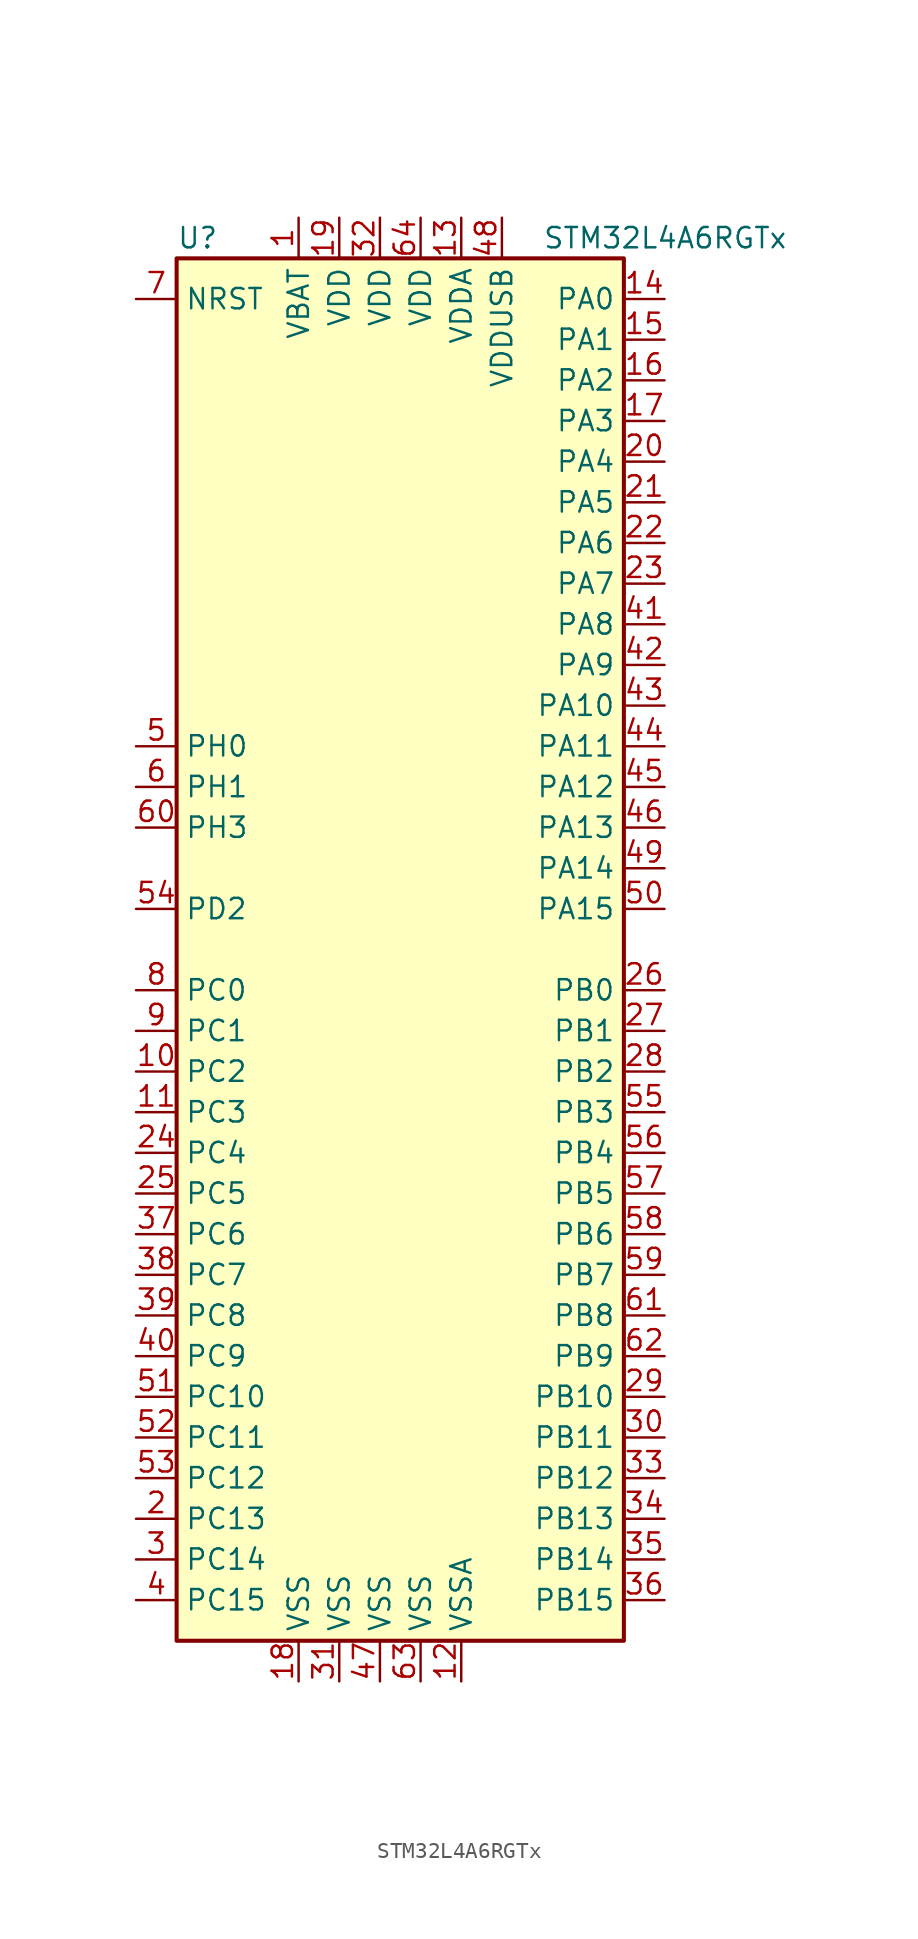
<source format=kicad_sym>
(kicad_symbol_lib
  (version 20211014)
  (generator kicad_symbol_editor)
  (symbol "STM32L4A6RGTx"
    (property "Reference" "U"
      (at -15.24 44.45 0)
      (effects (font (size 1.27 1.27)) (justify left)))
    (property "Value" "STM32L4A6RGTx"
      (at 7.62 44.45 0)
      (effects (font (size 1.27 1.27)) (justify left)))
    (symbol "STM32L4A6RGTx_0_1"
      (rectangle (start -15.24 -43.18) (end 12.7 43.18) (stroke (width 0.254) (type default) (color 0 0 0 0)) (fill (type background))))
    (symbol "STM32L4A6RGTx_1_1"
      (pin power_in line (at -7.62 45.72 270) (length 2.54) (name "VBAT" (effects (font (size 1.27 1.27)))) (number "1" (effects (font (size 1.27 1.27)))))
      (pin bidirectional line (at -17.78 -7.62 0) (length 2.54) (name "PC2" (effects (font (size 1.27 1.27)))) (number "10" (effects (font (size 1.27 1.27)))))
      (pin bidirectional line (at -17.78 -10.16 0) (length 2.54) (name "PC3" (effects (font (size 1.27 1.27)))) (number "11" (effects (font (size 1.27 1.27)))))
      (pin power_in line (at 2.54 -45.72 90) (length 2.54) (name "VSSA" (effects (font (size 1.27 1.27)))) (number "12" (effects (font (size 1.27 1.27)))))
      (pin power_in line (at 2.54 45.72 270) (length 2.54) (name "VDDA" (effects (font (size 1.27 1.27)))) (number "13" (effects (font (size 1.27 1.27)))))
      (pin bidirectional line (at 15.24 40.64 180) (length 2.54) (name "PA0" (effects (font (size 1.27 1.27)))) (number "14" (effects (font (size 1.27 1.27)))))
      (pin bidirectional line (at 15.24 38.1 180) (length 2.54) (name "PA1" (effects (font (size 1.27 1.27)))) (number "15" (effects (font (size 1.27 1.27)))))
      (pin bidirectional line (at 15.24 35.56 180) (length 2.54) (name "PA2" (effects (font (size 1.27 1.27)))) (number "16" (effects (font (size 1.27 1.27)))))
      (pin bidirectional line (at 15.24 33.02 180) (length 2.54) (name "PA3" (effects (font (size 1.27 1.27)))) (number "17" (effects (font (size 1.27 1.27)))))
      (pin power_in line (at -7.62 -45.72 90) (length 2.54) (name "VSS" (effects (font (size 1.27 1.27)))) (number "18" (effects (font (size 1.27 1.27)))))
      (pin power_in line (at -5.08 45.72 270) (length 2.54) (name "VDD" (effects (font (size 1.27 1.27)))) (number "19" (effects (font (size 1.27 1.27)))))
      (pin bidirectional line (at -17.78 -35.56 0) (length 2.54) (name "PC13" (effects (font (size 1.27 1.27)))) (number "2" (effects (font (size 1.27 1.27)))))
      (pin bidirectional line (at 15.24 30.48 180) (length 2.54) (name "PA4" (effects (font (size 1.27 1.27)))) (number "20" (effects (font (size 1.27 1.27)))))
      (pin bidirectional line (at 15.24 27.94 180) (length 2.54) (name "PA5" (effects (font (size 1.27 1.27)))) (number "21" (effects (font (size 1.27 1.27)))))
      (pin bidirectional line (at 15.24 25.4 180) (length 2.54) (name "PA6" (effects (font (size 1.27 1.27)))) (number "22" (effects (font (size 1.27 1.27)))))
      (pin bidirectional line (at 15.24 22.86 180) (length 2.54) (name "PA7" (effects (font (size 1.27 1.27)))) (number "23" (effects (font (size 1.27 1.27)))))
      (pin bidirectional line (at -17.78 -12.7 0) (length 2.54) (name "PC4" (effects (font (size 1.27 1.27)))) (number "24" (effects (font (size 1.27 1.27)))))
      (pin bidirectional line (at -17.78 -15.24 0) (length 2.54) (name "PC5" (effects (font (size 1.27 1.27)))) (number "25" (effects (font (size 1.27 1.27)))))
      (pin bidirectional line (at 15.24 -2.54 180) (length 2.54) (name "PB0" (effects (font (size 1.27 1.27)))) (number "26" (effects (font (size 1.27 1.27)))))
      (pin bidirectional line (at 15.24 -5.08 180) (length 2.54) (name "PB1" (effects (font (size 1.27 1.27)))) (number "27" (effects (font (size 1.27 1.27)))))
      (pin bidirectional line (at 15.24 -7.62 180) (length 2.54) (name "PB2" (effects (font (size 1.27 1.27)))) (number "28" (effects (font (size 1.27 1.27)))))
      (pin bidirectional line (at 15.24 -27.94 180) (length 2.54) (name "PB10" (effects (font (size 1.27 1.27)))) (number "29" (effects (font (size 1.27 1.27)))))
      (pin bidirectional line (at -17.78 -38.1 0) (length 2.54) (name "PC14" (effects (font (size 1.27 1.27)))) (number "3" (effects (font (size 1.27 1.27)))))
      (pin bidirectional line (at 15.24 -30.48 180) (length 2.54) (name "PB11" (effects (font (size 1.27 1.27)))) (number "30" (effects (font (size 1.27 1.27)))))
      (pin power_in line (at -5.08 -45.72 90) (length 2.54) (name "VSS" (effects (font (size 1.27 1.27)))) (number "31" (effects (font (size 1.27 1.27)))))
      (pin power_in line (at -2.54 45.72 270) (length 2.54) (name "VDD" (effects (font (size 1.27 1.27)))) (number "32" (effects (font (size 1.27 1.27)))))
      (pin bidirectional line (at 15.24 -33.02 180) (length 2.54) (name "PB12" (effects (font (size 1.27 1.27)))) (number "33" (effects (font (size 1.27 1.27)))))
      (pin bidirectional line (at 15.24 -35.56 180) (length 2.54) (name "PB13" (effects (font (size 1.27 1.27)))) (number "34" (effects (font (size 1.27 1.27)))))
      (pin bidirectional line (at 15.24 -38.1 180) (length 2.54) (name "PB14" (effects (font (size 1.27 1.27)))) (number "35" (effects (font (size 1.27 1.27)))))
      (pin bidirectional line (at 15.24 -40.64 180) (length 2.54) (name "PB15" (effects (font (size 1.27 1.27)))) (number "36" (effects (font (size 1.27 1.27)))))
      (pin bidirectional line (at -17.78 -17.78 0) (length 2.54) (name "PC6" (effects (font (size 1.27 1.27)))) (number "37" (effects (font (size 1.27 1.27)))))
      (pin bidirectional line (at -17.78 -20.32 0) (length 2.54) (name "PC7" (effects (font (size 1.27 1.27)))) (number "38" (effects (font (size 1.27 1.27)))))
      (pin bidirectional line (at -17.78 -22.86 0) (length 2.54) (name "PC8" (effects (font (size 1.27 1.27)))) (number "39" (effects (font (size 1.27 1.27)))))
      (pin bidirectional line (at -17.78 -40.64 0) (length 2.54) (name "PC15" (effects (font (size 1.27 1.27)))) (number "4" (effects (font (size 1.27 1.27)))))
      (pin bidirectional line (at -17.78 -25.4 0) (length 2.54) (name "PC9" (effects (font (size 1.27 1.27)))) (number "40" (effects (font (size 1.27 1.27)))))
      (pin bidirectional line (at 15.24 20.32 180) (length 2.54) (name "PA8" (effects (font (size 1.27 1.27)))) (number "41" (effects (font (size 1.27 1.27)))))
      (pin bidirectional line (at 15.24 17.78 180) (length 2.54) (name "PA9" (effects (font (size 1.27 1.27)))) (number "42" (effects (font (size 1.27 1.27)))))
      (pin bidirectional line (at 15.24 15.24 180) (length 2.54) (name "PA10" (effects (font (size 1.27 1.27)))) (number "43" (effects (font (size 1.27 1.27)))))
      (pin bidirectional line (at 15.24 12.7 180) (length 2.54) (name "PA11" (effects (font (size 1.27 1.27)))) (number "44" (effects (font (size 1.27 1.27)))))
      (pin bidirectional line (at 15.24 10.16 180) (length 2.54) (name "PA12" (effects (font (size 1.27 1.27)))) (number "45" (effects (font (size 1.27 1.27)))))
      (pin bidirectional line (at 15.24 7.62 180) (length 2.54) (name "PA13" (effects (font (size 1.27 1.27)))) (number "46" (effects (font (size 1.27 1.27)))))
      (pin power_in line (at -2.54 -45.72 90) (length 2.54) (name "VSS" (effects (font (size 1.27 1.27)))) (number "47" (effects (font (size 1.27 1.27)))))
      (pin power_in line (at 5.08 45.72 270) (length 2.54) (name "VDDUSB" (effects (font (size 1.27 1.27)))) (number "48" (effects (font (size 1.27 1.27)))))
      (pin bidirectional line (at 15.24 5.08 180) (length 2.54) (name "PA14" (effects (font (size 1.27 1.27)))) (number "49" (effects (font (size 1.27 1.27)))))
      (pin input line (at -17.78 12.7 0) (length 2.54) (name "PH0" (effects (font (size 1.27 1.27)))) (number "5" (effects (font (size 1.27 1.27)))))
      (pin bidirectional line (at 15.24 2.54 180) (length 2.54) (name "PA15" (effects (font (size 1.27 1.27)))) (number "50" (effects (font (size 1.27 1.27)))))
      (pin bidirectional line (at -17.78 -27.94 0) (length 2.54) (name "PC10" (effects (font (size 1.27 1.27)))) (number "51" (effects (font (size 1.27 1.27)))))
      (pin bidirectional line (at -17.78 -30.48 0) (length 2.54) (name "PC11" (effects (font (size 1.27 1.27)))) (number "52" (effects (font (size 1.27 1.27)))))
      (pin bidirectional line (at -17.78 -33.02 0) (length 2.54) (name "PC12" (effects (font (size 1.27 1.27)))) (number "53" (effects (font (size 1.27 1.27)))))
      (pin bidirectional line (at -17.78 2.54 0) (length 2.54) (name "PD2" (effects (font (size 1.27 1.27)))) (number "54" (effects (font (size 1.27 1.27)))))
      (pin bidirectional line (at 15.24 -10.16 180) (length 2.54) (name "PB3" (effects (font (size 1.27 1.27)))) (number "55" (effects (font (size 1.27 1.27)))))
      (pin bidirectional line (at 15.24 -12.7 180) (length 2.54) (name "PB4" (effects (font (size 1.27 1.27)))) (number "56" (effects (font (size 1.27 1.27)))))
      (pin bidirectional line (at 15.24 -15.24 180) (length 2.54) (name "PB5" (effects (font (size 1.27 1.27)))) (number "57" (effects (font (size 1.27 1.27)))))
      (pin bidirectional line (at 15.24 -17.78 180) (length 2.54) (name "PB6" (effects (font (size 1.27 1.27)))) (number "58" (effects (font (size 1.27 1.27)))))
      (pin bidirectional line (at 15.24 -20.32 180) (length 2.54) (name "PB7" (effects (font (size 1.27 1.27)))) (number "59" (effects (font (size 1.27 1.27)))))
      (pin input line (at -17.78 10.16 0) (length 2.54) (name "PH1" (effects (font (size 1.27 1.27)))) (number "6" (effects (font (size 1.27 1.27)))))
      (pin bidirectional line (at -17.78 7.62 0) (length 2.54) (name "PH3" (effects (font (size 1.27 1.27)))) (number "60" (effects (font (size 1.27 1.27)))))
      (pin bidirectional line (at 15.24 -22.86 180) (length 2.54) (name "PB8" (effects (font (size 1.27 1.27)))) (number "61" (effects (font (size 1.27 1.27)))))
      (pin bidirectional line (at 15.24 -25.4 180) (length 2.54) (name "PB9" (effects (font (size 1.27 1.27)))) (number "62" (effects (font (size 1.27 1.27)))))
      (pin power_in line (at 0 -45.72 90) (length 2.54) (name "VSS" (effects (font (size 1.27 1.27)))) (number "63" (effects (font (size 1.27 1.27)))))
      (pin power_in line (at 0 45.72 270) (length 2.54) (name "VDD" (effects (font (size 1.27 1.27)))) (number "64" (effects (font (size 1.27 1.27)))))
      (pin input line (at -17.78 40.64 0) (length 2.54) (name "NRST" (effects (font (size 1.27 1.27)))) (number "7" (effects (font (size 1.27 1.27)))))
      (pin bidirectional line (at -17.78 -2.54 0) (length 2.54) (name "PC0" (effects (font (size 1.27 1.27)))) (number "8" (effects (font (size 1.27 1.27)))))
      (pin bidirectional line (at -17.78 -5.08 0) (length 2.54) (name "PC1" (effects (font (size 1.27 1.27)))) (number "9" (effects (font (size 1.27 1.27))))))))
</source>
